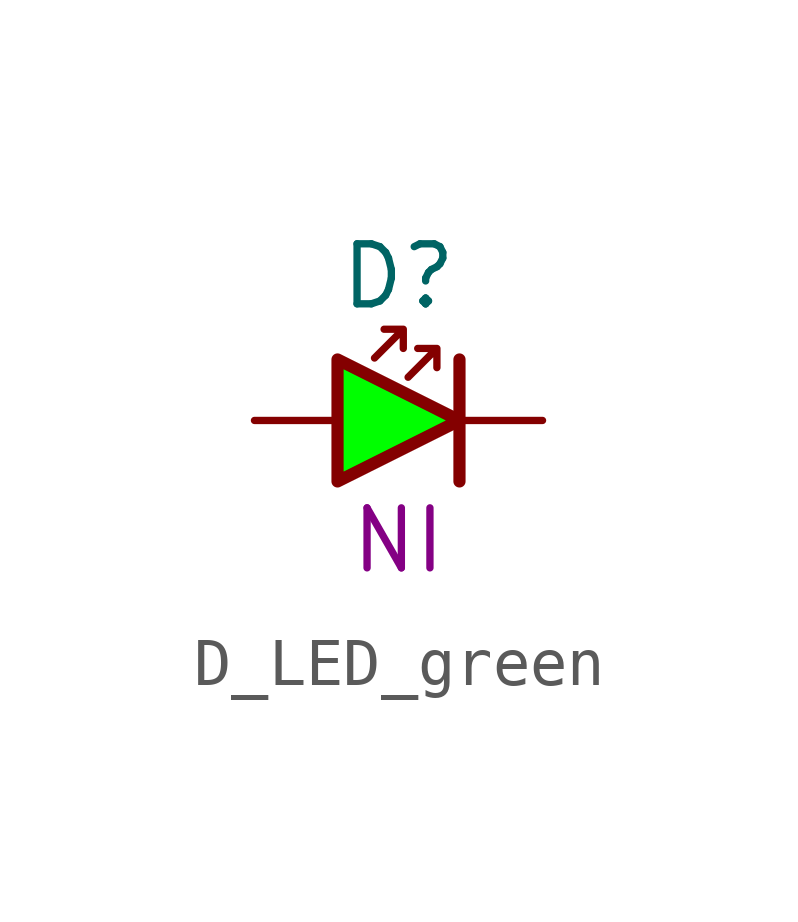
<source format=kicad_sym>
(kicad_symbol_lib
  (version 20241209)
  (generator "kicad_symbol_editor")
  (generator_version "9.0")
  (symbol "D_LED_green"
    (pin_numbers
      (hide yes))
    (pin_names
      (offset 0)
      (hide yes))
    (property "Reference" "D"
      (at 3 3 0)
      (do_not_autoplace)
      (effects (font (size 1.25 1.25))))
    (property "Part#" "NI"
      (at 3 -2.5 0)
      (do_not_autoplace)
      (effects (font (size 1.25 1.25))))
    (symbol "D_LED_green_0_1"
      (polyline (pts (xy 2.5 1.3) (xy 3.1 1.9) (xy 2.7 1.9) (xy 3.1 1.9) (xy 3.1 1.5)) (stroke (width 0) (type default)) (fill (type none)))
      (polyline (pts (xy 3.2 0.9) (xy 3.8 1.5) (xy 3.4 1.5) (xy 3.8 1.5) (xy 3.8 1.1)) (stroke (width 0) (type default)) (fill (type none)))
      (polyline (pts (xy 4.27 1.27) (xy 4.27 -1.27)) (stroke (width 0.254) (type default)) (fill (type none))))
    (symbol "D_LED_green_1_1"
      (polyline (pts (xy 1.73 1.27) (xy 1.73 -1.27) (xy 4.27 0) (xy 1.73 1.27)) (stroke (width 0.254) (type default)) (fill (type color) (color 0 255 0 1)))
      (pin passive line (at 0 0 0) (length 1.7) (name "A" (effects (font (size 1.25 1.25)))) (number "A" (effects (font (size 1.25 1.25)))))
      (pin passive line (at 6 0 180) (length 1.7) (name "K" (effects (font (size 1.25 1.25)))) (number "K" (effects (font (size 1.25 1.25))))))))
</source>
